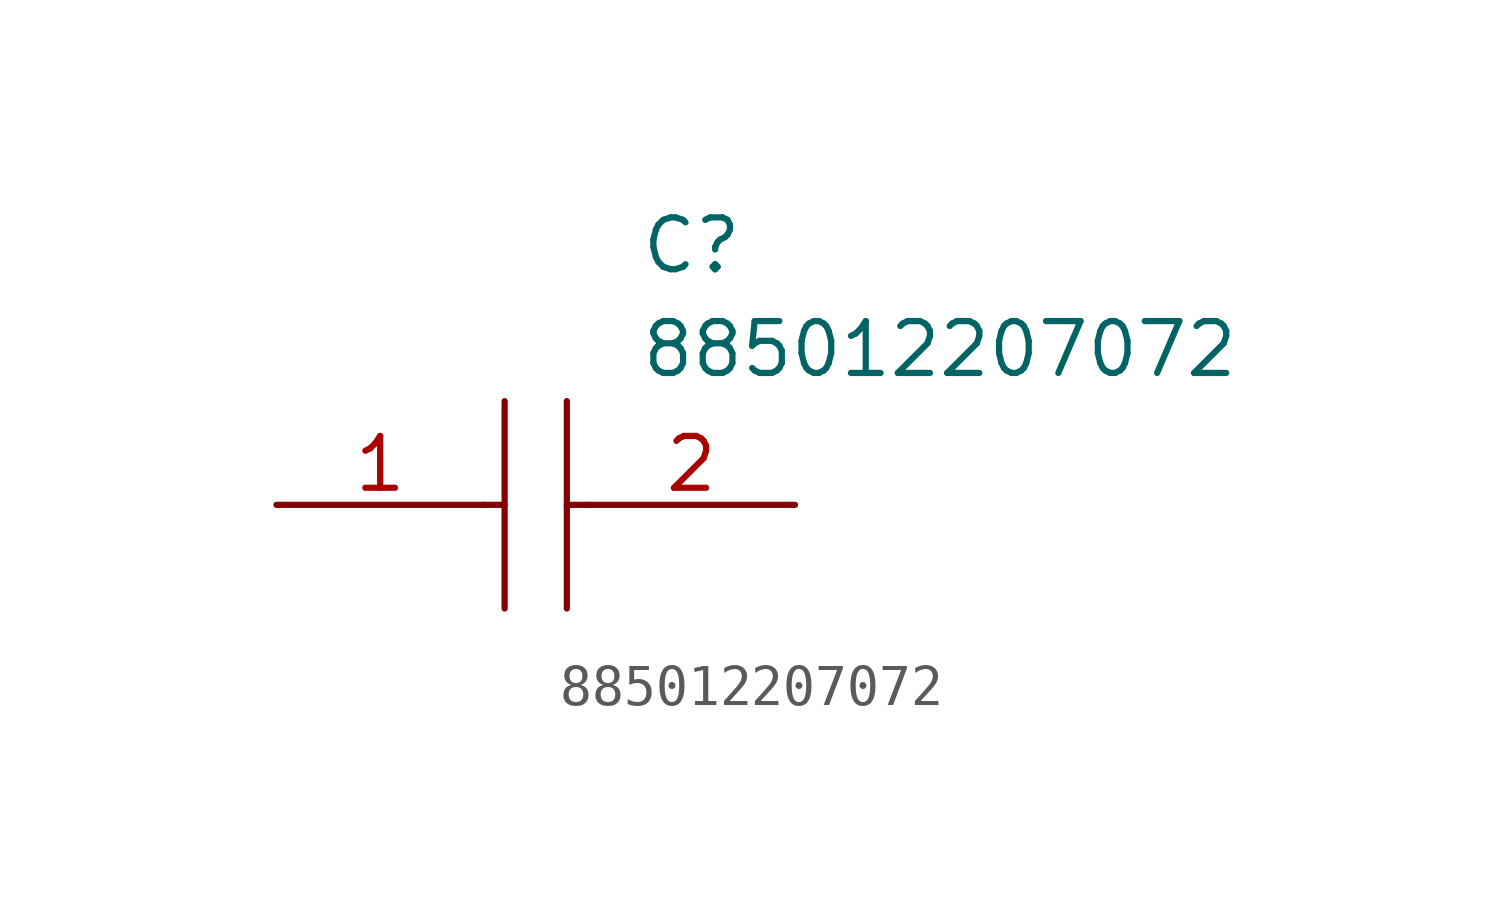
<source format=kicad_sym>
(kicad_symbol_lib
  (version 20211014)
  (generator kicad_symbol_editor)
  (symbol "885012207072"
    (pin_names
      (offset 0.762))
    (property "Reference" "C"
      (at 8.89 6.35 0)
      (effects (font (size 1.27 1.27)) (justify left)))
    (property "Value" "885012207072"
      (at 8.89 3.81 0)
      (effects (font (size 1.27 1.27)) (justify left)))
    (symbol "885012207072_0_0"
      (pin passive line (at 0 0 0) (length 5.08) (name "~" (effects (font (size 1.27 1.27)))) (number "1" (effects (font (size 1.27 1.27)))))
      (pin passive line (at 12.7 0 180) (length 5.08) (name "~" (effects (font (size 1.27 1.27)))) (number "2" (effects (font (size 1.27 1.27))))))
    (symbol "885012207072_0_1"
      (polyline (pts (xy 5.08 0) (xy 5.588 0)) (stroke (width 0.152) (type default) (color 0 0 0 0)) (fill (type background)))
      (polyline (pts (xy 5.588 2.54) (xy 5.588 -2.54)) (stroke (width 0.152) (type default) (color 0 0 0 0)) (fill (type background)))
      (polyline (pts (xy 7.112 0) (xy 7.62 0)) (stroke (width 0.152) (type default) (color 0 0 0 0)) (fill (type background)))
      (polyline (pts (xy 7.112 2.54) (xy 7.112 -2.54)) (stroke (width 0.152) (type default) (color 0 0 0 0)) (fill (type background))))))
</source>
